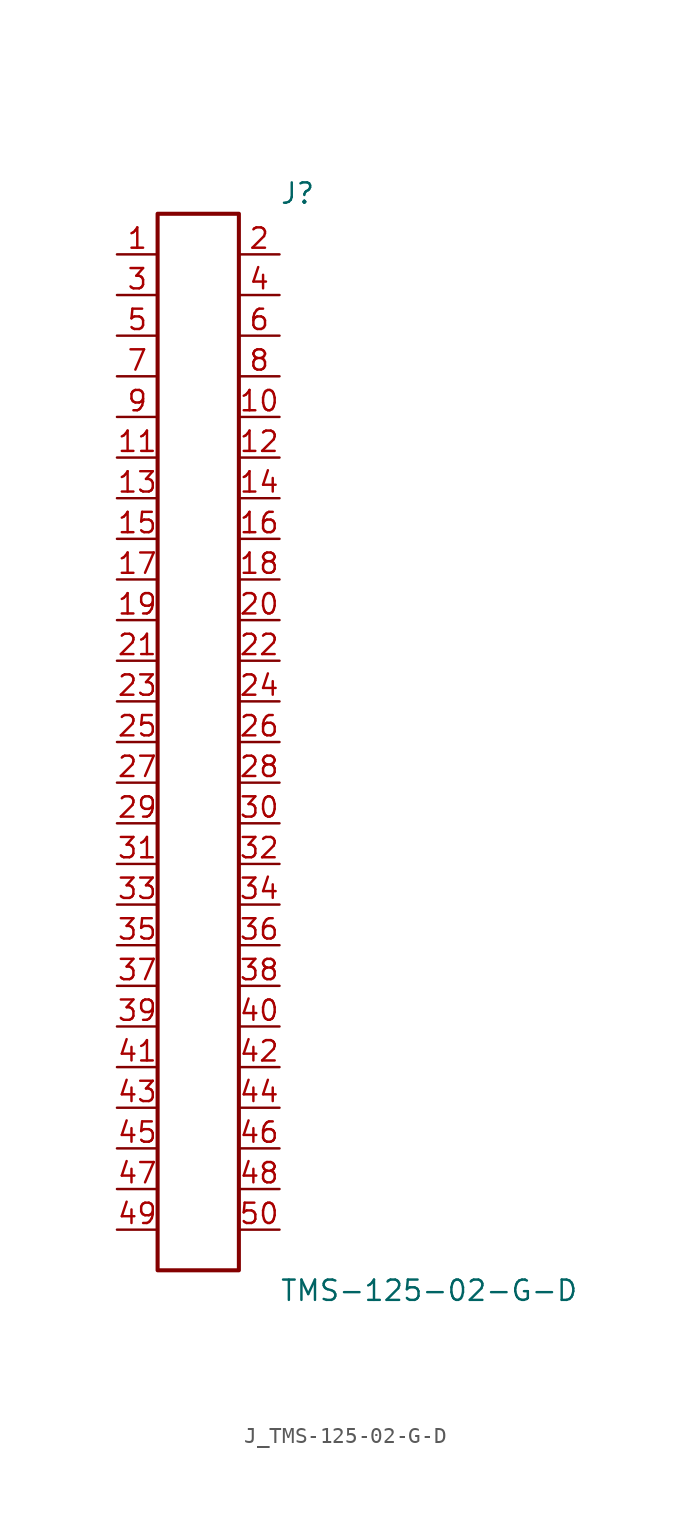
<source format=kicad_sym>
(kicad_symbol_lib
  (version 20231120)
  (generator kicad_symbol_editor)
  (generator_version 8.0)
  (symbol "J_TMS-125-02-G-D"
    (pin_names
      (offset 0.254))
    (property "Reference" "J"
      (at 5.08 34.29 0)
      (effects (font (size 1.27 1.27)) (justify left)))
    (property "Value" "TMS-125-02-G-D"
      (at 5.08 -34.29 0)
      (effects (font (size 1.27 1.27)) (justify left)))
    (symbol "J_TMS-125-02-G-D_0_0"
      (pin unspecified line (at -5.08 30.48 0) (length 2.54) (name "" (effects (font (size 1.27 1.27)))) (number "1" (effects (font (size 1.27 1.27)))))
      (pin unspecified line (at 5.08 30.48 180) (length 2.54) (name "" (effects (font (size 1.27 1.27)))) (number "2" (effects (font (size 1.27 1.27)))))
      (pin unspecified line (at -5.08 27.94 0) (length 2.54) (name "" (effects (font (size 1.27 1.27)))) (number "3" (effects (font (size 1.27 1.27)))))
      (pin unspecified line (at 5.08 27.94 180) (length 2.54) (name "" (effects (font (size 1.27 1.27)))) (number "4" (effects (font (size 1.27 1.27)))))
      (pin unspecified line (at -5.08 25.4 0) (length 2.54) (name "" (effects (font (size 1.27 1.27)))) (number "5" (effects (font (size 1.27 1.27)))))
      (pin unspecified line (at 5.08 25.4 180) (length 2.54) (name "" (effects (font (size 1.27 1.27)))) (number "6" (effects (font (size 1.27 1.27)))))
      (pin unspecified line (at -5.08 22.86 0) (length 2.54) (name "" (effects (font (size 1.27 1.27)))) (number "7" (effects (font (size 1.27 1.27)))))
      (pin unspecified line (at 5.08 22.86 180) (length 2.54) (name "" (effects (font (size 1.27 1.27)))) (number "8" (effects (font (size 1.27 1.27)))))
      (pin unspecified line (at -5.08 20.32 0) (length 2.54) (name "" (effects (font (size 1.27 1.27)))) (number "9" (effects (font (size 1.27 1.27)))))
      (pin unspecified line (at 5.08 20.32 180) (length 2.54) (name "" (effects (font (size 1.27 1.27)))) (number "10" (effects (font (size 1.27 1.27)))))
      (pin unspecified line (at -5.08 17.78 0) (length 2.54) (name "" (effects (font (size 1.27 1.27)))) (number "11" (effects (font (size 1.27 1.27)))))
      (pin unspecified line (at 5.08 17.78 180) (length 2.54) (name "" (effects (font (size 1.27 1.27)))) (number "12" (effects (font (size 1.27 1.27)))))
      (pin unspecified line (at -5.08 15.24 0) (length 2.54) (name "" (effects (font (size 1.27 1.27)))) (number "13" (effects (font (size 1.27 1.27)))))
      (pin unspecified line (at 5.08 15.24 180) (length 2.54) (name "" (effects (font (size 1.27 1.27)))) (number "14" (effects (font (size 1.27 1.27)))))
      (pin unspecified line (at -5.08 12.7 0) (length 2.54) (name "" (effects (font (size 1.27 1.27)))) (number "15" (effects (font (size 1.27 1.27)))))
      (pin unspecified line (at 5.08 12.7 180) (length 2.54) (name "" (effects (font (size 1.27 1.27)))) (number "16" (effects (font (size 1.27 1.27)))))
      (pin unspecified line (at -5.08 10.16 0) (length 2.54) (name "" (effects (font (size 1.27 1.27)))) (number "17" (effects (font (size 1.27 1.27)))))
      (pin unspecified line (at 5.08 10.16 180) (length 2.54) (name "" (effects (font (size 1.27 1.27)))) (number "18" (effects (font (size 1.27 1.27)))))
      (pin unspecified line (at -5.08 7.62 0) (length 2.54) (name "" (effects (font (size 1.27 1.27)))) (number "19" (effects (font (size 1.27 1.27)))))
      (pin unspecified line (at 5.08 7.62 180) (length 2.54) (name "" (effects (font (size 1.27 1.27)))) (number "20" (effects (font (size 1.27 1.27)))))
      (pin unspecified line (at -5.08 5.08 0) (length 2.54) (name "" (effects (font (size 1.27 1.27)))) (number "21" (effects (font (size 1.27 1.27)))))
      (pin unspecified line (at 5.08 5.08 180) (length 2.54) (name "" (effects (font (size 1.27 1.27)))) (number "22" (effects (font (size 1.27 1.27)))))
      (pin unspecified line (at -5.08 2.54 0) (length 2.54) (name "" (effects (font (size 1.27 1.27)))) (number "23" (effects (font (size 1.27 1.27)))))
      (pin unspecified line (at 5.08 2.54 180) (length 2.54) (name "" (effects (font (size 1.27 1.27)))) (number "24" (effects (font (size 1.27 1.27)))))
      (pin unspecified line (at -5.08 0.0 0) (length 2.54) (name "" (effects (font (size 1.27 1.27)))) (number "25" (effects (font (size 1.27 1.27)))))
      (pin unspecified line (at 5.08 0.0 180) (length 2.54) (name "" (effects (font (size 1.27 1.27)))) (number "26" (effects (font (size 1.27 1.27)))))
      (pin unspecified line (at -5.08 -2.54 0) (length 2.54) (name "" (effects (font (size 1.27 1.27)))) (number "27" (effects (font (size 1.27 1.27)))))
      (pin unspecified line (at 5.08 -2.54 180) (length 2.54) (name "" (effects (font (size 1.27 1.27)))) (number "28" (effects (font (size 1.27 1.27)))))
      (pin unspecified line (at -5.08 -5.08 0) (length 2.54) (name "" (effects (font (size 1.27 1.27)))) (number "29" (effects (font (size 1.27 1.27)))))
      (pin unspecified line (at 5.08 -5.08 180) (length 2.54) (name "" (effects (font (size 1.27 1.27)))) (number "30" (effects (font (size 1.27 1.27)))))
      (pin unspecified line (at -5.08 -7.62 0) (length 2.54) (name "" (effects (font (size 1.27 1.27)))) (number "31" (effects (font (size 1.27 1.27)))))
      (pin unspecified line (at 5.08 -7.62 180) (length 2.54) (name "" (effects (font (size 1.27 1.27)))) (number "32" (effects (font (size 1.27 1.27)))))
      (pin unspecified line (at -5.08 -10.16 0) (length 2.54) (name "" (effects (font (size 1.27 1.27)))) (number "33" (effects (font (size 1.27 1.27)))))
      (pin unspecified line (at 5.08 -10.16 180) (length 2.54) (name "" (effects (font (size 1.27 1.27)))) (number "34" (effects (font (size 1.27 1.27)))))
      (pin unspecified line (at -5.08 -12.7 0) (length 2.54) (name "" (effects (font (size 1.27 1.27)))) (number "35" (effects (font (size 1.27 1.27)))))
      (pin unspecified line (at 5.08 -12.7 180) (length 2.54) (name "" (effects (font (size 1.27 1.27)))) (number "36" (effects (font (size 1.27 1.27)))))
      (pin unspecified line (at -5.08 -15.24 0) (length 2.54) (name "" (effects (font (size 1.27 1.27)))) (number "37" (effects (font (size 1.27 1.27)))))
      (pin unspecified line (at 5.08 -15.24 180) (length 2.54) (name "" (effects (font (size 1.27 1.27)))) (number "38" (effects (font (size 1.27 1.27)))))
      (pin unspecified line (at -5.08 -17.78 0) (length 2.54) (name "" (effects (font (size 1.27 1.27)))) (number "39" (effects (font (size 1.27 1.27)))))
      (pin unspecified line (at 5.08 -17.78 180) (length 2.54) (name "" (effects (font (size 1.27 1.27)))) (number "40" (effects (font (size 1.27 1.27)))))
      (pin unspecified line (at -5.08 -20.32 0) (length 2.54) (name "" (effects (font (size 1.27 1.27)))) (number "41" (effects (font (size 1.27 1.27)))))
      (pin unspecified line (at 5.08 -20.32 180) (length 2.54) (name "" (effects (font (size 1.27 1.27)))) (number "42" (effects (font (size 1.27 1.27)))))
      (pin unspecified line (at -5.08 -22.86 0) (length 2.54) (name "" (effects (font (size 1.27 1.27)))) (number "43" (effects (font (size 1.27 1.27)))))
      (pin unspecified line (at 5.08 -22.86 180) (length 2.54) (name "" (effects (font (size 1.27 1.27)))) (number "44" (effects (font (size 1.27 1.27)))))
      (pin unspecified line (at -5.08 -25.4 0) (length 2.54) (name "" (effects (font (size 1.27 1.27)))) (number "45" (effects (font (size 1.27 1.27)))))
      (pin unspecified line (at 5.08 -25.4 180) (length 2.54) (name "" (effects (font (size 1.27 1.27)))) (number "46" (effects (font (size 1.27 1.27)))))
      (pin unspecified line (at -5.08 -27.94 0) (length 2.54) (name "" (effects (font (size 1.27 1.27)))) (number "47" (effects (font (size 1.27 1.27)))))
      (pin unspecified line (at 5.08 -27.94 180) (length 2.54) (name "" (effects (font (size 1.27 1.27)))) (number "48" (effects (font (size 1.27 1.27)))))
      (pin unspecified line (at -5.08 -30.48 0) (length 2.54) (name "" (effects (font (size 1.27 1.27)))) (number "49" (effects (font (size 1.27 1.27)))))
      (pin unspecified line (at 5.08 -30.48 180) (length 2.54) (name "" (effects (font (size 1.27 1.27)))) (number "50" (effects (font (size 1.27 1.27))))))
    (symbol "J_TMS-125-02-G-D_1_0"
      (rectangle (start -2.54 33.02) (end 2.54 -33.02) (stroke (width 0.254) (type solid)) (fill (type none))))))
</source>
